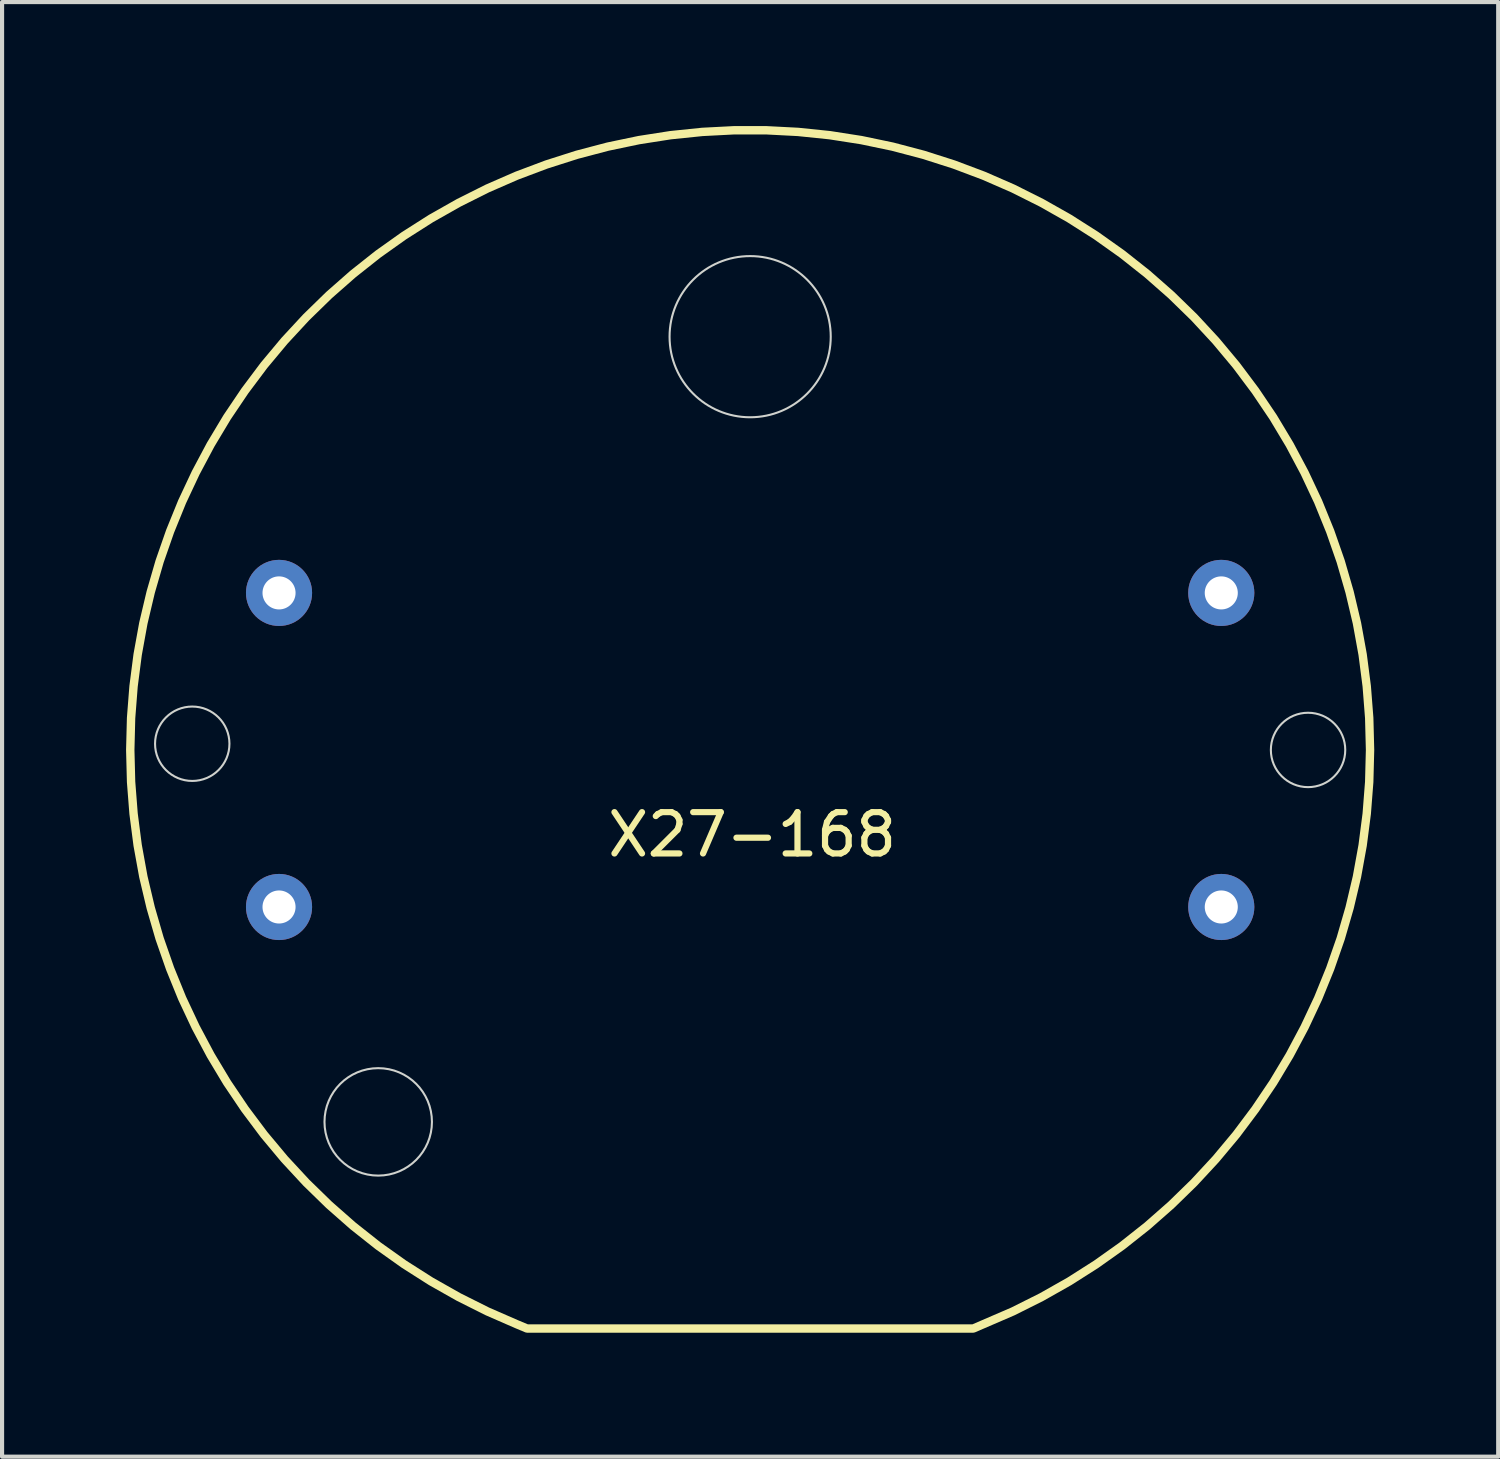
<source format=kicad_pcb>
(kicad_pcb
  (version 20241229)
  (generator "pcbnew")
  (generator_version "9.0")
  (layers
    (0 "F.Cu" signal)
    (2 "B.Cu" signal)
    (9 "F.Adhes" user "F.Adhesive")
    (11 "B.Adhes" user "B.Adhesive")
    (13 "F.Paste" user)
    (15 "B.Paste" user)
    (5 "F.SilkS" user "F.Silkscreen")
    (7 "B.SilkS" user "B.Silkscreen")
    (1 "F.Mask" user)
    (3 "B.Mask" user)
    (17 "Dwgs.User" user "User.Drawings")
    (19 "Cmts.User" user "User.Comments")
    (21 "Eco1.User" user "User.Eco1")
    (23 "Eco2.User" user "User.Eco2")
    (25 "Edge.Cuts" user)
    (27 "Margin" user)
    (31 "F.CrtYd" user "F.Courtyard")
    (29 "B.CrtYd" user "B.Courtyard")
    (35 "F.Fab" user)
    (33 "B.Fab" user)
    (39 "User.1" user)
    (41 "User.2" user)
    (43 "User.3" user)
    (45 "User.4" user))
  (footprint "X27-168"
    (layer "F.Cu")
    (at 15.102 15.097)
    (property "Reference" "X27-168" (at 0.05 2.05 0) (layer "F.SilkS") (effects (font (size 1 1) (thickness 0.15))))
    (attr through_hole)
    (fp_poly (pts (xy 15 0) (xy 14.98 -0.772) (xy 14.92 -1.542) (xy 14.821 -2.308) (xy 14.683 -3.068) (xy 14.505 -3.82) (xy 14.29 -4.562) (xy 14.036 -5.291) (xy 13.745 -6.007) (xy 13.417 -6.706) (xy 13.054 -7.388) (xy 12.657 -8.05) (xy 12.225 -8.691) (xy 11.762 -9.309) (xy 11.267 -9.902) (xy 10.742 -10.469) (xy 10.189 -11.008) (xy 9.609 -11.518) (xy 9.003 -11.998) (xy 8.374 -12.445) (xy 7.722 -12.86) (xy 7.05 -13.24) (xy 6.359 -13.586) (xy 5.651 -13.895) (xy 4.928 -14.167) (xy 4.192 -14.402) (xy 3.445 -14.599) (xy 2.689 -14.757) (xy 1.926 -14.876) (xy 1.158 -14.955) (xy 0.386 -14.995) (xy -0.386 -14.995) (xy -1.158 -14.955) (xy -1.926 -14.876) (xy -2.689 -14.757) (xy -3.445 -14.599) (xy -4.192 -14.402) (xy -4.928 -14.167) (xy -5.651 -13.895) (xy -6.359 -13.586) (xy -7.05 -13.24) (xy -7.722 -12.86) (xy -8.374 -12.445) (xy -9.003 -11.998) (xy -9.609 -11.518) (xy -10.189 -11.008) (xy -10.742 -10.469) (xy -11.267 -9.902) (xy -11.762 -9.309) (xy -12.225 -8.691) (xy -12.657 -8.05) (xy -13.054 -7.388) (xy -13.417 -6.706) (xy -13.745 -6.007) (xy -14.036 -5.291) (xy -14.29 -4.562) (xy -14.505 -3.82) (xy -14.683 -3.068) (xy -14.821 -2.308) (xy -14.92 -1.542) (xy -14.98 -0.772) (xy -15 0) (xy -14.98 0.772) (xy -14.92 1.542) (xy -14.821 2.308) (xy -14.683 3.068) (xy -14.505 3.82) (xy -14.29 4.562) (xy -14.036 5.291) (xy -13.745 6.007) (xy -13.417 6.706) (xy -13.054 7.388) (xy -12.657 8.05) (xy -12.225 8.691) (xy -11.762 9.309) (xy -11.267 9.902) (xy -10.742 10.469) (xy -10.189 11.008) (xy -9.609 11.518) (xy -9.003 11.998) (xy -8.374 12.445) (xy -7.722 12.86) (xy -7.05 13.24) (xy -6.359 13.586) (xy -5.651 13.895) (xy -5.4 14) (xy -4.45 14) (xy -3.55 14) (xy -2.6 14) (xy -1.75 14) (xy -1.05 14) (xy -0.45 14) (xy 0.35 14) (xy 0.85 14) (xy 1.55 14) (xy 2.35 14) (xy 3.15 14) (xy 4 14) (xy 4.65 14) (xy 5.4 14) (xy 6.359 13.586) (xy 7.05 13.24) (xy 7.722 12.86) (xy 8.374 12.445) (xy 9.003 11.998) (xy 9.609 11.518) (xy 10.189 11.008) (xy 10.742 10.469) (xy 11.267 9.902) (xy 11.762 9.309) (xy 12.225 8.691) (xy 12.657 8.05) (xy 13.054 7.388) (xy 13.417 6.706) (xy 13.745 6.007) (xy 14.036 5.291) (xy 14.29 4.562) (xy 14.505 3.82) (xy 14.683 3.068) (xy 14.821 2.308) (xy 14.92 1.542) (xy 14.98 0.772) (xy 15 0)) (stroke (width 0.203) (type solid)) (fill no) (layer "F.SilkS"))
    (fp_circle (center -13.5 -0.15) (end -12.6 -0.15) (stroke (width 0.05) (type default)) (fill no) (layer "Edge.Cuts"))
    (fp_circle (center -9 9) (end -7.7 9) (stroke (width 0.05) (type default)) (fill no) (layer "Edge.Cuts"))
    (fp_circle (center 0 -10) (end 1.95 -10) (stroke (width 0.05) (type default)) (fill no) (layer "Edge.Cuts"))
    (fp_circle (center 13.5 0) (end 14.4 0) (stroke (width 0.05) (type default)) (fill no) (layer "Edge.Cuts"))
    (pad "1" thru_hole circle (at 11.4 -3.8) (size 1.6 1.6) (drill 0.8) (layers "*.Cu" "*.Mask"))
    (pad "2" thru_hole circle (at 11.4 3.8) (size 1.6 1.6) (drill 0.8) (layers "*.Cu" "*.Mask"))
    (pad "3" thru_hole circle (at -11.4 3.8) (size 1.6 1.6) (drill 0.8) (layers "*.Cu" "*.Mask"))
    (pad "4" thru_hole circle (at -11.4 -3.8) (size 1.6 1.6) (drill 0.8) (layers "*.Cu" "*.Mask")))
  (gr_rect
    (start -3 -3)
    (end 33.203 32.198)
    (stroke (width 0.1) (type default))
    (fill no)
    (layer "Edge.Cuts")))
</source>
